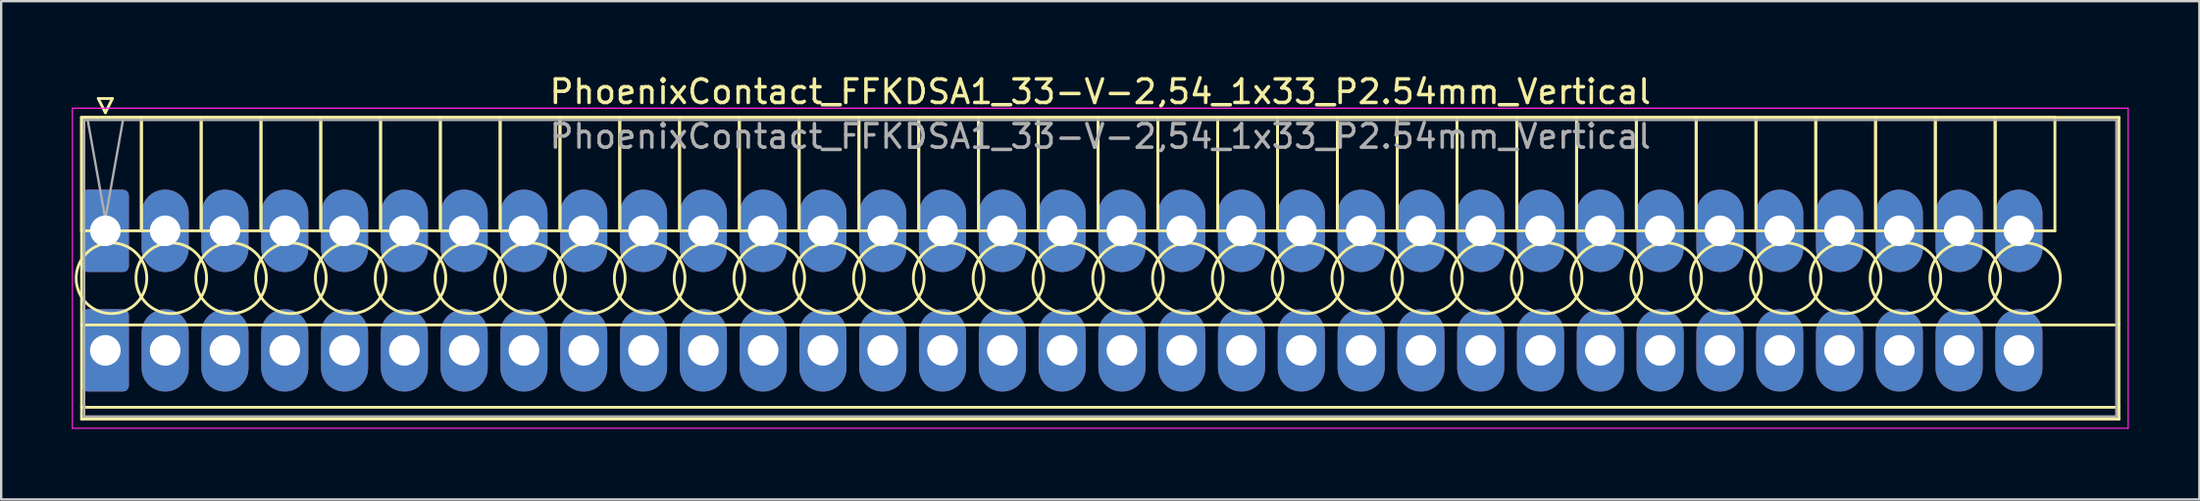
<source format=kicad_pcb>
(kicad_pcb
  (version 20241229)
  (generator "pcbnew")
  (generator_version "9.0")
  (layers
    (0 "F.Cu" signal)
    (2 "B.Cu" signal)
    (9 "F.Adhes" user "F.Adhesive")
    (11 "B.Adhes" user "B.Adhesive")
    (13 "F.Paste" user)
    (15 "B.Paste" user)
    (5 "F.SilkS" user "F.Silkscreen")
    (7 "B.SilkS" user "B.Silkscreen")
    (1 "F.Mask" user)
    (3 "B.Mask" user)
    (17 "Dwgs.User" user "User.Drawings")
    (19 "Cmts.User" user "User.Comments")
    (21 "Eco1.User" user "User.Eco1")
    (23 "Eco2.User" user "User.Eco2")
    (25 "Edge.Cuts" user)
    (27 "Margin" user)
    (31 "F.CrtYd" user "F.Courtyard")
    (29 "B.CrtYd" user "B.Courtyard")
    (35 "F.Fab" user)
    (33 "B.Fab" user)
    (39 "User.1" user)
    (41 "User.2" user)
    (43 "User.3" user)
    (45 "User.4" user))
  (footprint "PhoenixContact_FFKDSA1_33-V-2,54_1x33_P2.54mm_Vertical"
    (layer "F.Cu")
    (at 1.425 6.758)
    (property "Reference" "PhoenixContact_FFKDSA1_33-V-2,54_1x33_P2.54mm_Vertical" (at 42.26 -5.91 0) (layer "F.SilkS") (effects (font (size 1 1) (thickness 0.15))))
    (attr through_hole)
    (fp_line (start -1.01 -4.82) (end -1.01 0) (stroke (width 0.12) (type solid)) (layer "F.SilkS"))
    (fp_line (start -1.01 -4.82) (end -1.01 8) (stroke (width 0.12) (type solid)) (layer "F.SilkS"))
    (fp_line (start -1.01 0) (end 1.53 0) (stroke (width 0.12) (type solid)) (layer "F.SilkS"))
    (fp_line (start -1.01 4) (end 85.53 4) (stroke (width 0.12) (type solid)) (layer "F.SilkS"))
    (fp_line (start -1.01 7.5) (end 85.53 7.5) (stroke (width 0.12) (type solid)) (layer "F.SilkS"))
    (fp_line (start -1.01 8) (end 85.53 8) (stroke (width 0.12) (type solid)) (layer "F.SilkS"))
    (fp_line (start -0.3 -5.62) (end 0.3 -5.62) (stroke (width 0.12) (type solid)) (layer "F.SilkS"))
    (fp_line (start 0 -5.02) (end -0.3 -5.62) (stroke (width 0.12) (type solid)) (layer "F.SilkS"))
    (fp_line (start 0.3 -5.62) (end 0 -5.02) (stroke (width 0.12) (type solid)) (layer "F.SilkS"))
    (fp_line (start 1.53 -4.82) (end -1.01 -4.82) (stroke (width 0.12) (type solid)) (layer "F.SilkS"))
    (fp_line (start 1.53 -4.82) (end 1.53 0) (stroke (width 0.12) (type solid)) (layer "F.SilkS"))
    (fp_line (start 1.53 0) (end 1.53 -4.82) (stroke (width 0.12) (type solid)) (layer "F.SilkS"))
    (fp_line (start 1.53 0) (end 4.07 0) (stroke (width 0.12) (type solid)) (layer "F.SilkS"))
    (fp_line (start 4.07 -4.82) (end 1.53 -4.82) (stroke (width 0.12) (type solid)) (layer "F.SilkS"))
    (fp_line (start 4.07 -4.82) (end 4.07 0) (stroke (width 0.12) (type solid)) (layer "F.SilkS"))
    (fp_line (start 4.07 0) (end 4.07 -4.82) (stroke (width 0.12) (type solid)) (layer "F.SilkS"))
    (fp_line (start 4.07 0) (end 6.61 0) (stroke (width 0.12) (type solid)) (layer "F.SilkS"))
    (fp_line (start 6.61 -4.82) (end 4.07 -4.82) (stroke (width 0.12) (type solid)) (layer "F.SilkS"))
    (fp_line (start 6.61 -4.82) (end 6.61 0) (stroke (width 0.12) (type solid)) (layer "F.SilkS"))
    (fp_line (start 6.61 0) (end 6.61 -4.82) (stroke (width 0.12) (type solid)) (layer "F.SilkS"))
    (fp_line (start 6.61 0) (end 9.15 0) (stroke (width 0.12) (type solid)) (layer "F.SilkS"))
    (fp_line (start 9.15 -4.82) (end 6.61 -4.82) (stroke (width 0.12) (type solid)) (layer "F.SilkS"))
    (fp_line (start 9.15 -4.82) (end 9.15 0) (stroke (width 0.12) (type solid)) (layer "F.SilkS"))
    (fp_line (start 9.15 0) (end 9.15 -4.82) (stroke (width 0.12) (type solid)) (layer "F.SilkS"))
    (fp_line (start 9.15 0) (end 11.69 0) (stroke (width 0.12) (type solid)) (layer "F.SilkS"))
    (fp_line (start 11.69 -4.82) (end 9.15 -4.82) (stroke (width 0.12) (type solid)) (layer "F.SilkS"))
    (fp_line (start 11.69 -4.82) (end 11.69 0) (stroke (width 0.12) (type solid)) (layer "F.SilkS"))
    (fp_line (start 11.69 0) (end 11.69 -4.82) (stroke (width 0.12) (type solid)) (layer "F.SilkS"))
    (fp_line (start 11.69 0) (end 14.23 0) (stroke (width 0.12) (type solid)) (layer "F.SilkS"))
    (fp_line (start 14.23 -4.82) (end 11.69 -4.82) (stroke (width 0.12) (type solid)) (layer "F.SilkS"))
    (fp_line (start 14.23 -4.82) (end 14.23 0) (stroke (width 0.12) (type solid)) (layer "F.SilkS"))
    (fp_line (start 14.23 0) (end 14.23 -4.82) (stroke (width 0.12) (type solid)) (layer "F.SilkS"))
    (fp_line (start 14.23 0) (end 16.77 0) (stroke (width 0.12) (type solid)) (layer "F.SilkS"))
    (fp_line (start 16.77 -4.82) (end 14.23 -4.82) (stroke (width 0.12) (type solid)) (layer "F.SilkS"))
    (fp_line (start 16.77 -4.82) (end 16.77 0) (stroke (width 0.12) (type solid)) (layer "F.SilkS"))
    (fp_line (start 16.77 0) (end 16.77 -4.82) (stroke (width 0.12) (type solid)) (layer "F.SilkS"))
    (fp_line (start 16.77 0) (end 19.31 0) (stroke (width 0.12) (type solid)) (layer "F.SilkS"))
    (fp_line (start 19.31 -4.82) (end 16.77 -4.82) (stroke (width 0.12) (type solid)) (layer "F.SilkS"))
    (fp_line (start 19.31 -4.82) (end 19.31 0) (stroke (width 0.12) (type solid)) (layer "F.SilkS"))
    (fp_line (start 19.31 0) (end 19.31 -4.82) (stroke (width 0.12) (type solid)) (layer "F.SilkS"))
    (fp_line (start 19.31 0) (end 21.85 0) (stroke (width 0.12) (type solid)) (layer "F.SilkS"))
    (fp_line (start 21.85 -4.82) (end 19.31 -4.82) (stroke (width 0.12) (type solid)) (layer "F.SilkS"))
    (fp_line (start 21.85 -4.82) (end 21.85 0) (stroke (width 0.12) (type solid)) (layer "F.SilkS"))
    (fp_line (start 21.85 0) (end 21.85 -4.82) (stroke (width 0.12) (type solid)) (layer "F.SilkS"))
    (fp_line (start 21.85 0) (end 24.39 0) (stroke (width 0.12) (type solid)) (layer "F.SilkS"))
    (fp_line (start 24.39 -4.82) (end 21.85 -4.82) (stroke (width 0.12) (type solid)) (layer "F.SilkS"))
    (fp_line (start 24.39 -4.82) (end 24.39 0) (stroke (width 0.12) (type solid)) (layer "F.SilkS"))
    (fp_line (start 24.39 0) (end 24.39 -4.82) (stroke (width 0.12) (type solid)) (layer "F.SilkS"))
    (fp_line (start 24.39 0) (end 26.93 0) (stroke (width 0.12) (type solid)) (layer "F.SilkS"))
    (fp_line (start 26.93 -4.82) (end 24.39 -4.82) (stroke (width 0.12) (type solid)) (layer "F.SilkS"))
    (fp_line (start 26.93 -4.82) (end 26.93 0) (stroke (width 0.12) (type solid)) (layer "F.SilkS"))
    (fp_line (start 26.93 0) (end 26.93 -4.82) (stroke (width 0.12) (type solid)) (layer "F.SilkS"))
    (fp_line (start 26.93 0) (end 29.47 0) (stroke (width 0.12) (type solid)) (layer "F.SilkS"))
    (fp_line (start 29.47 -4.82) (end 26.93 -4.82) (stroke (width 0.12) (type solid)) (layer "F.SilkS"))
    (fp_line (start 29.47 -4.82) (end 29.47 0) (stroke (width 0.12) (type solid)) (layer "F.SilkS"))
    (fp_line (start 29.47 0) (end 29.47 -4.82) (stroke (width 0.12) (type solid)) (layer "F.SilkS"))
    (fp_line (start 29.47 0) (end 32.01 0) (stroke (width 0.12) (type solid)) (layer "F.SilkS"))
    (fp_line (start 32.01 -4.82) (end 29.47 -4.82) (stroke (width 0.12) (type solid)) (layer "F.SilkS"))
    (fp_line (start 32.01 -4.82) (end 32.01 0) (stroke (width 0.12) (type solid)) (layer "F.SilkS"))
    (fp_line (start 32.01 0) (end 32.01 -4.82) (stroke (width 0.12) (type solid)) (layer "F.SilkS"))
    (fp_line (start 32.01 0) (end 34.55 0) (stroke (width 0.12) (type solid)) (layer "F.SilkS"))
    (fp_line (start 34.55 -4.82) (end 32.01 -4.82) (stroke (width 0.12) (type solid)) (layer "F.SilkS"))
    (fp_line (start 34.55 -4.82) (end 34.55 0) (stroke (width 0.12) (type solid)) (layer "F.SilkS"))
    (fp_line (start 34.55 0) (end 34.55 -4.82) (stroke (width 0.12) (type solid)) (layer "F.SilkS"))
    (fp_line (start 34.55 0) (end 37.09 0) (stroke (width 0.12) (type solid)) (layer "F.SilkS"))
    (fp_line (start 37.09 -4.82) (end 34.55 -4.82) (stroke (width 0.12) (type solid)) (layer "F.SilkS"))
    (fp_line (start 37.09 -4.82) (end 37.09 0) (stroke (width 0.12) (type solid)) (layer "F.SilkS"))
    (fp_line (start 37.09 0) (end 37.09 -4.82) (stroke (width 0.12) (type solid)) (layer "F.SilkS"))
    (fp_line (start 37.09 0) (end 39.63 0) (stroke (width 0.12) (type solid)) (layer "F.SilkS"))
    (fp_line (start 39.63 -4.82) (end 37.09 -4.82) (stroke (width 0.12) (type solid)) (layer "F.SilkS"))
    (fp_line (start 39.63 -4.82) (end 39.63 0) (stroke (width 0.12) (type solid)) (layer "F.SilkS"))
    (fp_line (start 39.63 0) (end 39.63 -4.82) (stroke (width 0.12) (type solid)) (layer "F.SilkS"))
    (fp_line (start 39.63 0) (end 42.17 0) (stroke (width 0.12) (type solid)) (layer "F.SilkS"))
    (fp_line (start 42.17 -4.82) (end 39.63 -4.82) (stroke (width 0.12) (type solid)) (layer "F.SilkS"))
    (fp_line (start 42.17 -4.82) (end 42.17 0) (stroke (width 0.12) (type solid)) (layer "F.SilkS"))
    (fp_line (start 42.17 0) (end 42.17 -4.82) (stroke (width 0.12) (type solid)) (layer "F.SilkS"))
    (fp_line (start 42.17 0) (end 44.71 0) (stroke (width 0.12) (type solid)) (layer "F.SilkS"))
    (fp_line (start 44.71 -4.82) (end 42.17 -4.82) (stroke (width 0.12) (type solid)) (layer "F.SilkS"))
    (fp_line (start 44.71 -4.82) (end 44.71 0) (stroke (width 0.12) (type solid)) (layer "F.SilkS"))
    (fp_line (start 44.71 0) (end 44.71 -4.82) (stroke (width 0.12) (type solid)) (layer "F.SilkS"))
    (fp_line (start 44.71 0) (end 47.25 0) (stroke (width 0.12) (type solid)) (layer "F.SilkS"))
    (fp_line (start 47.25 -4.82) (end 44.71 -4.82) (stroke (width 0.12) (type solid)) (layer "F.SilkS"))
    (fp_line (start 47.25 -4.82) (end 47.25 0) (stroke (width 0.12) (type solid)) (layer "F.SilkS"))
    (fp_line (start 47.25 0) (end 47.25 -4.82) (stroke (width 0.12) (type solid)) (layer "F.SilkS"))
    (fp_line (start 47.25 0) (end 49.79 0) (stroke (width 0.12) (type solid)) (layer "F.SilkS"))
    (fp_line (start 49.79 -4.82) (end 47.25 -4.82) (stroke (width 0.12) (type solid)) (layer "F.SilkS"))
    (fp_line (start 49.79 -4.82) (end 49.79 0) (stroke (width 0.12) (type solid)) (layer "F.SilkS"))
    (fp_line (start 49.79 0) (end 49.79 -4.82) (stroke (width 0.12) (type solid)) (layer "F.SilkS"))
    (fp_line (start 49.79 0) (end 52.33 0) (stroke (width 0.12) (type solid)) (layer "F.SilkS"))
    (fp_line (start 52.33 -4.82) (end 49.79 -4.82) (stroke (width 0.12) (type solid)) (layer "F.SilkS"))
    (fp_line (start 52.33 -4.82) (end 52.33 0) (stroke (width 0.12) (type solid)) (layer "F.SilkS"))
    (fp_line (start 52.33 0) (end 52.33 -4.82) (stroke (width 0.12) (type solid)) (layer "F.SilkS"))
    (fp_line (start 52.33 0) (end 54.87 0) (stroke (width 0.12) (type solid)) (layer "F.SilkS"))
    (fp_line (start 54.87 -4.82) (end 52.33 -4.82) (stroke (width 0.12) (type solid)) (layer "F.SilkS"))
    (fp_line (start 54.87 -4.82) (end 54.87 0) (stroke (width 0.12) (type solid)) (layer "F.SilkS"))
    (fp_line (start 54.87 0) (end 54.87 -4.82) (stroke (width 0.12) (type solid)) (layer "F.SilkS"))
    (fp_line (start 54.87 0) (end 57.41 0) (stroke (width 0.12) (type solid)) (layer "F.SilkS"))
    (fp_line (start 57.41 -4.82) (end 54.87 -4.82) (stroke (width 0.12) (type solid)) (layer "F.SilkS"))
    (fp_line (start 57.41 -4.82) (end 57.41 0) (stroke (width 0.12) (type solid)) (layer "F.SilkS"))
    (fp_line (start 57.41 0) (end 57.41 -4.82) (stroke (width 0.12) (type solid)) (layer "F.SilkS"))
    (fp_line (start 57.41 0) (end 59.95 0) (stroke (width 0.12) (type solid)) (layer "F.SilkS"))
    (fp_line (start 59.95 -4.82) (end 57.41 -4.82) (stroke (width 0.12) (type solid)) (layer "F.SilkS"))
    (fp_line (start 59.95 -4.82) (end 59.95 0) (stroke (width 0.12) (type solid)) (layer "F.SilkS"))
    (fp_line (start 59.95 0) (end 59.95 -4.82) (stroke (width 0.12) (type solid)) (layer "F.SilkS"))
    (fp_line (start 59.95 0) (end 62.49 0) (stroke (width 0.12) (type solid)) (layer "F.SilkS"))
    (fp_line (start 62.49 -4.82) (end 59.95 -4.82) (stroke (width 0.12) (type solid)) (layer "F.SilkS"))
    (fp_line (start 62.49 -4.82) (end 62.49 0) (stroke (width 0.12) (type solid)) (layer "F.SilkS"))
    (fp_line (start 62.49 0) (end 62.49 -4.82) (stroke (width 0.12) (type solid)) (layer "F.SilkS"))
    (fp_line (start 62.49 0) (end 65.03 0) (stroke (width 0.12) (type solid)) (layer "F.SilkS"))
    (fp_line (start 65.03 -4.82) (end 62.49 -4.82) (stroke (width 0.12) (type solid)) (layer "F.SilkS"))
    (fp_line (start 65.03 -4.82) (end 65.03 0) (stroke (width 0.12) (type solid)) (layer "F.SilkS"))
    (fp_line (start 65.03 0) (end 65.03 -4.82) (stroke (width 0.12) (type solid)) (layer "F.SilkS"))
    (fp_line (start 65.03 0) (end 67.57 0) (stroke (width 0.12) (type solid)) (layer "F.SilkS"))
    (fp_line (start 67.57 -4.82) (end 65.03 -4.82) (stroke (width 0.12) (type solid)) (layer "F.SilkS"))
    (fp_line (start 67.57 -4.82) (end 67.57 0) (stroke (width 0.12) (type solid)) (layer "F.SilkS"))
    (fp_line (start 67.57 0) (end 67.57 -4.82) (stroke (width 0.12) (type solid)) (layer "F.SilkS"))
    (fp_line (start 67.57 0) (end 70.11 0) (stroke (width 0.12) (type solid)) (layer "F.SilkS"))
    (fp_line (start 70.11 -4.82) (end 67.57 -4.82) (stroke (width 0.12) (type solid)) (layer "F.SilkS"))
    (fp_line (start 70.11 -4.82) (end 70.11 0) (stroke (width 0.12) (type solid)) (layer "F.SilkS"))
    (fp_line (start 70.11 0) (end 70.11 -4.82) (stroke (width 0.12) (type solid)) (layer "F.SilkS"))
    (fp_line (start 70.11 0) (end 72.65 0) (stroke (width 0.12) (type solid)) (layer "F.SilkS"))
    (fp_line (start 72.65 -4.82) (end 70.11 -4.82) (stroke (width 0.12) (type solid)) (layer "F.SilkS"))
    (fp_line (start 72.65 -4.82) (end 72.65 0) (stroke (width 0.12) (type solid)) (layer "F.SilkS"))
    (fp_line (start 72.65 0) (end 72.65 -4.82) (stroke (width 0.12) (type solid)) (layer "F.SilkS"))
    (fp_line (start 72.65 0) (end 75.19 0) (stroke (width 0.12) (type solid)) (layer "F.SilkS"))
    (fp_line (start 75.19 -4.82) (end 72.65 -4.82) (stroke (width 0.12) (type solid)) (layer "F.SilkS"))
    (fp_line (start 75.19 -4.82) (end 75.19 0) (stroke (width 0.12) (type solid)) (layer "F.SilkS"))
    (fp_line (start 75.19 0) (end 75.19 -4.82) (stroke (width 0.12) (type solid)) (layer "F.SilkS"))
    (fp_line (start 75.19 0) (end 77.73 0) (stroke (width 0.12) (type solid)) (layer "F.SilkS"))
    (fp_line (start 77.73 -4.82) (end 75.19 -4.82) (stroke (width 0.12) (type solid)) (layer "F.SilkS"))
    (fp_line (start 77.73 -4.82) (end 77.73 0) (stroke (width 0.12) (type solid)) (layer "F.SilkS"))
    (fp_line (start 77.73 0) (end 77.73 -4.82) (stroke (width 0.12) (type solid)) (layer "F.SilkS"))
    (fp_line (start 77.73 0) (end 80.27 0) (stroke (width 0.12) (type solid)) (layer "F.SilkS"))
    (fp_line (start 80.27 -4.82) (end 77.73 -4.82) (stroke (width 0.12) (type solid)) (layer "F.SilkS"))
    (fp_line (start 80.27 -4.82) (end 80.27 0) (stroke (width 0.12) (type solid)) (layer "F.SilkS"))
    (fp_line (start 80.27 0) (end 80.27 -4.82) (stroke (width 0.12) (type solid)) (layer "F.SilkS"))
    (fp_line (start 80.27 0) (end 82.81 0) (stroke (width 0.12) (type solid)) (layer "F.SilkS"))
    (fp_line (start 82.81 -4.82) (end 80.27 -4.82) (stroke (width 0.12) (type solid)) (layer "F.SilkS"))
    (fp_line (start 82.81 0) (end 82.81 -4.82) (stroke (width 0.12) (type solid)) (layer "F.SilkS"))
    (fp_line (start 85.53 -4.82) (end -1.01 -4.82) (stroke (width 0.12) (type solid)) (layer "F.SilkS"))
    (fp_line (start 85.53 8) (end 85.53 -4.82) (stroke (width 0.12) (type solid)) (layer "F.SilkS"))
    (fp_circle (center 0.26 2.015) (end 1.76 2.015) (stroke (width 0.12) (type solid)) (fill no) (layer "F.SilkS"))
    (fp_circle (center 2.8 2.015) (end 4.3 2.015) (stroke (width 0.12) (type solid)) (fill no) (layer "F.SilkS"))
    (fp_circle (center 5.34 2.015) (end 6.84 2.015) (stroke (width 0.12) (type solid)) (fill no) (layer "F.SilkS"))
    (fp_circle (center 7.88 2.015) (end 9.38 2.015) (stroke (width 0.12) (type solid)) (fill no) (layer "F.SilkS"))
    (fp_circle (center 10.42 2.015) (end 11.92 2.015) (stroke (width 0.12) (type solid)) (fill no) (layer "F.SilkS"))
    (fp_circle (center 12.96 2.015) (end 14.46 2.015) (stroke (width 0.12) (type solid)) (fill no) (layer "F.SilkS"))
    (fp_circle (center 15.5 2.015) (end 17 2.015) (stroke (width 0.12) (type solid)) (fill no) (layer "F.SilkS"))
    (fp_circle (center 18.04 2.015) (end 19.54 2.015) (stroke (width 0.12) (type solid)) (fill no) (layer "F.SilkS"))
    (fp_circle (center 20.58 2.015) (end 22.08 2.015) (stroke (width 0.12) (type solid)) (fill no) (layer "F.SilkS"))
    (fp_circle (center 23.12 2.015) (end 24.62 2.015) (stroke (width 0.12) (type solid)) (fill no) (layer "F.SilkS"))
    (fp_circle (center 25.66 2.015) (end 27.16 2.015) (stroke (width 0.12) (type solid)) (fill no) (layer "F.SilkS"))
    (fp_circle (center 28.2 2.015) (end 29.7 2.015) (stroke (width 0.12) (type solid)) (fill no) (layer "F.SilkS"))
    (fp_circle (center 30.74 2.015) (end 32.24 2.015) (stroke (width 0.12) (type solid)) (fill no) (layer "F.SilkS"))
    (fp_circle (center 33.28 2.015) (end 34.78 2.015) (stroke (width 0.12) (type solid)) (fill no) (layer "F.SilkS"))
    (fp_circle (center 35.82 2.015) (end 37.32 2.015) (stroke (width 0.12) (type solid)) (fill no) (layer "F.SilkS"))
    (fp_circle (center 38.36 2.015) (end 39.86 2.015) (stroke (width 0.12) (type solid)) (fill no) (layer "F.SilkS"))
    (fp_circle (center 40.9 2.015) (end 42.4 2.015) (stroke (width 0.12) (type solid)) (fill no) (layer "F.SilkS"))
    (fp_circle (center 43.44 2.015) (end 44.94 2.015) (stroke (width 0.12) (type solid)) (fill no) (layer "F.SilkS"))
    (fp_circle (center 45.98 2.015) (end 47.48 2.015) (stroke (width 0.12) (type solid)) (fill no) (layer "F.SilkS"))
    (fp_circle (center 48.52 2.015) (end 50.02 2.015) (stroke (width 0.12) (type solid)) (fill no) (layer "F.SilkS"))
    (fp_circle (center 51.06 2.015) (end 52.56 2.015) (stroke (width 0.12) (type solid)) (fill no) (layer "F.SilkS"))
    (fp_circle (center 53.6 2.015) (end 55.1 2.015) (stroke (width 0.12) (type solid)) (fill no) (layer "F.SilkS"))
    (fp_circle (center 56.14 2.015) (end 57.64 2.015) (stroke (width 0.12) (type solid)) (fill no) (layer "F.SilkS"))
    (fp_circle (center 58.68 2.015) (end 60.18 2.015) (stroke (width 0.12) (type solid)) (fill no) (layer "F.SilkS"))
    (fp_circle (center 61.22 2.015) (end 62.72 2.015) (stroke (width 0.12) (type solid)) (fill no) (layer "F.SilkS"))
    (fp_circle (center 63.76 2.015) (end 65.26 2.015) (stroke (width 0.12) (type solid)) (fill no) (layer "F.SilkS"))
    (fp_circle (center 66.3 2.015) (end 67.8 2.015) (stroke (width 0.12) (type solid)) (fill no) (layer "F.SilkS"))
    (fp_circle (center 68.84 2.015) (end 70.34 2.015) (stroke (width 0.12) (type solid)) (fill no) (layer "F.SilkS"))
    (fp_circle (center 71.38 2.015) (end 72.88 2.015) (stroke (width 0.12) (type solid)) (fill no) (layer "F.SilkS"))
    (fp_circle (center 73.92 2.015) (end 75.42 2.015) (stroke (width 0.12) (type solid)) (fill no) (layer "F.SilkS"))
    (fp_circle (center 76.46 2.015) (end 77.96 2.015) (stroke (width 0.12) (type solid)) (fill no) (layer "F.SilkS"))
    (fp_circle (center 79 2.015) (end 80.5 2.015) (stroke (width 0.12) (type solid)) (fill no) (layer "F.SilkS"))
    (fp_circle (center 81.54 2.015) (end 83.04 2.015) (stroke (width 0.12) (type solid)) (fill no) (layer "F.SilkS"))
    (fp_line (start -1.4 -5.21) (end -1.4 8.39) (stroke (width 0.05) (type solid)) (layer "F.CrtYd"))
    (fp_line (start -1.4 8.39) (end 85.92 8.39) (stroke (width 0.05) (type solid)) (layer "F.CrtYd"))
    (fp_line (start 85.92 -5.21) (end -1.4 -5.21) (stroke (width 0.05) (type solid)) (layer "F.CrtYd"))
    (fp_line (start 85.92 8.39) (end 85.92 -5.21) (stroke (width 0.05) (type solid)) (layer "F.CrtYd"))
    (fp_line (start -0.9 -4.71) (end -0.9 7.89) (stroke (width 0.1) (type solid)) (layer "F.Fab"))
    (fp_line (start -0.9 7.89) (end 85.42 7.89) (stroke (width 0.1) (type solid)) (layer "F.Fab"))
    (fp_line (start 0 -0.5) (end -0.75 -4.71) (stroke (width 0.1) (type solid)) (layer "F.Fab"))
    (fp_line (start 0.75 -4.71) (end 0 -0.5) (stroke (width 0.1) (type solid)) (layer "F.Fab"))
    (fp_line (start 85.42 -4.71) (end -0.9 -4.71) (stroke (width 0.1) (type solid)) (layer "F.Fab"))
    (fp_line (start 85.42 7.89) (end 85.42 -4.71) (stroke (width 0.1) (type solid)) (layer "F.Fab"))
    (fp_text user "${REFERENCE}" (at 42.26 -4.01 0) (layer "F.Fab") (effects (font (size 1 1) (thickness 0.15))))
    (pad "1" thru_hole roundrect (at 0 0) (size 2 3.5) (drill 1.3) (layers "*.Cu" "*.Mask") (roundrect_rratio 0.125))
    (pad "1" thru_hole roundrect (at 0 5.08) (size 2 3.5) (drill 1.3) (layers "*.Cu" "*.Mask") (roundrect_rratio 0.125))
    (pad "2" thru_hole oval (at 2.54 0) (size 2 3.5) (drill 1.3) (layers "*.Cu" "*.Mask"))
    (pad "2" thru_hole oval (at 2.54 5.08) (size 2 3.5) (drill 1.3) (layers "*.Cu" "*.Mask"))
    (pad "3" thru_hole oval (at 5.08 0) (size 2 3.5) (drill 1.3) (layers "*.Cu" "*.Mask"))
    (pad "3" thru_hole oval (at 5.08 5.08) (size 2 3.5) (drill 1.3) (layers "*.Cu" "*.Mask"))
    (pad "4" thru_hole oval (at 7.62 0) (size 2 3.5) (drill 1.3) (layers "*.Cu" "*.Mask"))
    (pad "4" thru_hole oval (at 7.62 5.08) (size 2 3.5) (drill 1.3) (layers "*.Cu" "*.Mask"))
    (pad "5" thru_hole oval (at 10.16 0) (size 2 3.5) (drill 1.3) (layers "*.Cu" "*.Mask"))
    (pad "5" thru_hole oval (at 10.16 5.08) (size 2 3.5) (drill 1.3) (layers "*.Cu" "*.Mask"))
    (pad "6" thru_hole oval (at 12.7 0) (size 2 3.5) (drill 1.3) (layers "*.Cu" "*.Mask"))
    (pad "6" thru_hole oval (at 12.7 5.08) (size 2 3.5) (drill 1.3) (layers "*.Cu" "*.Mask"))
    (pad "7" thru_hole oval (at 15.24 0) (size 2 3.5) (drill 1.3) (layers "*.Cu" "*.Mask"))
    (pad "7" thru_hole oval (at 15.24 5.08) (size 2 3.5) (drill 1.3) (layers "*.Cu" "*.Mask"))
    (pad "8" thru_hole oval (at 17.78 0) (size 2 3.5) (drill 1.3) (layers "*.Cu" "*.Mask"))
    (pad "8" thru_hole oval (at 17.78 5.08) (size 2 3.5) (drill 1.3) (layers "*.Cu" "*.Mask"))
    (pad "9" thru_hole oval (at 20.32 0) (size 2 3.5) (drill 1.3) (layers "*.Cu" "*.Mask"))
    (pad "9" thru_hole oval (at 20.32 5.08) (size 2 3.5) (drill 1.3) (layers "*.Cu" "*.Mask"))
    (pad "10" thru_hole oval (at 22.86 0) (size 2 3.5) (drill 1.3) (layers "*.Cu" "*.Mask"))
    (pad "10" thru_hole oval (at 22.86 5.08) (size 2 3.5) (drill 1.3) (layers "*.Cu" "*.Mask"))
    (pad "11" thru_hole oval (at 25.4 0) (size 2 3.5) (drill 1.3) (layers "*.Cu" "*.Mask"))
    (pad "11" thru_hole oval (at 25.4 5.08) (size 2 3.5) (drill 1.3) (layers "*.Cu" "*.Mask"))
    (pad "12" thru_hole oval (at 27.94 0) (size 2 3.5) (drill 1.3) (layers "*.Cu" "*.Mask"))
    (pad "12" thru_hole oval (at 27.94 5.08) (size 2 3.5) (drill 1.3) (layers "*.Cu" "*.Mask"))
    (pad "13" thru_hole oval (at 30.48 0) (size 2 3.5) (drill 1.3) (layers "*.Cu" "*.Mask"))
    (pad "13" thru_hole oval (at 30.48 5.08) (size 2 3.5) (drill 1.3) (layers "*.Cu" "*.Mask"))
    (pad "14" thru_hole oval (at 33.02 0) (size 2 3.5) (drill 1.3) (layers "*.Cu" "*.Mask"))
    (pad "14" thru_hole oval (at 33.02 5.08) (size 2 3.5) (drill 1.3) (layers "*.Cu" "*.Mask"))
    (pad "15" thru_hole oval (at 35.56 0) (size 2 3.5) (drill 1.3) (layers "*.Cu" "*.Mask"))
    (pad "15" thru_hole oval (at 35.56 5.08) (size 2 3.5) (drill 1.3) (layers "*.Cu" "*.Mask"))
    (pad "16" thru_hole oval (at 38.1 0) (size 2 3.5) (drill 1.3) (layers "*.Cu" "*.Mask"))
    (pad "16" thru_hole oval (at 38.1 5.08) (size 2 3.5) (drill 1.3) (layers "*.Cu" "*.Mask"))
    (pad "17" thru_hole oval (at 40.64 0) (size 2 3.5) (drill 1.3) (layers "*.Cu" "*.Mask"))
    (pad "17" thru_hole oval (at 40.64 5.08) (size 2 3.5) (drill 1.3) (layers "*.Cu" "*.Mask"))
    (pad "18" thru_hole oval (at 43.18 0) (size 2 3.5) (drill 1.3) (layers "*.Cu" "*.Mask"))
    (pad "18" thru_hole oval (at 43.18 5.08) (size 2 3.5) (drill 1.3) (layers "*.Cu" "*.Mask"))
    (pad "19" thru_hole oval (at 45.72 0) (size 2 3.5) (drill 1.3) (layers "*.Cu" "*.Mask"))
    (pad "19" thru_hole oval (at 45.72 5.08) (size 2 3.5) (drill 1.3) (layers "*.Cu" "*.Mask"))
    (pad "20" thru_hole oval (at 48.26 0) (size 2 3.5) (drill 1.3) (layers "*.Cu" "*.Mask"))
    (pad "20" thru_hole oval (at 48.26 5.08) (size 2 3.5) (drill 1.3) (layers "*.Cu" "*.Mask"))
    (pad "21" thru_hole oval (at 50.8 0) (size 2 3.5) (drill 1.3) (layers "*.Cu" "*.Mask"))
    (pad "21" thru_hole oval (at 50.8 5.08) (size 2 3.5) (drill 1.3) (layers "*.Cu" "*.Mask"))
    (pad "22" thru_hole oval (at 53.34 0) (size 2 3.5) (drill 1.3) (layers "*.Cu" "*.Mask"))
    (pad "22" thru_hole oval (at 53.34 5.08) (size 2 3.5) (drill 1.3) (layers "*.Cu" "*.Mask"))
    (pad "23" thru_hole oval (at 55.88 0) (size 2 3.5) (drill 1.3) (layers "*.Cu" "*.Mask"))
    (pad "23" thru_hole oval (at 55.88 5.08) (size 2 3.5) (drill 1.3) (layers "*.Cu" "*.Mask"))
    (pad "24" thru_hole oval (at 58.42 0) (size 2 3.5) (drill 1.3) (layers "*.Cu" "*.Mask"))
    (pad "24" thru_hole oval (at 58.42 5.08) (size 2 3.5) (drill 1.3) (layers "*.Cu" "*.Mask"))
    (pad "25" thru_hole oval (at 60.96 0) (size 2 3.5) (drill 1.3) (layers "*.Cu" "*.Mask"))
    (pad "25" thru_hole oval (at 60.96 5.08) (size 2 3.5) (drill 1.3) (layers "*.Cu" "*.Mask"))
    (pad "26" thru_hole oval (at 63.5 0) (size 2 3.5) (drill 1.3) (layers "*.Cu" "*.Mask"))
    (pad "26" thru_hole oval (at 63.5 5.08) (size 2 3.5) (drill 1.3) (layers "*.Cu" "*.Mask"))
    (pad "27" thru_hole oval (at 66.04 0) (size 2 3.5) (drill 1.3) (layers "*.Cu" "*.Mask"))
    (pad "27" thru_hole oval (at 66.04 5.08) (size 2 3.5) (drill 1.3) (layers "*.Cu" "*.Mask"))
    (pad "28" thru_hole oval (at 68.58 0) (size 2 3.5) (drill 1.3) (layers "*.Cu" "*.Mask"))
    (pad "28" thru_hole oval (at 68.58 5.08) (size 2 3.5) (drill 1.3) (layers "*.Cu" "*.Mask"))
    (pad "29" thru_hole oval (at 71.12 0) (size 2 3.5) (drill 1.3) (layers "*.Cu" "*.Mask"))
    (pad "29" thru_hole oval (at 71.12 5.08) (size 2 3.5) (drill 1.3) (layers "*.Cu" "*.Mask"))
    (pad "30" thru_hole oval (at 73.66 0) (size 2 3.5) (drill 1.3) (layers "*.Cu" "*.Mask"))
    (pad "30" thru_hole oval (at 73.66 5.08) (size 2 3.5) (drill 1.3) (layers "*.Cu" "*.Mask"))
    (pad "31" thru_hole oval (at 76.2 0) (size 2 3.5) (drill 1.3) (layers "*.Cu" "*.Mask"))
    (pad "31" thru_hole oval (at 76.2 5.08) (size 2 3.5) (drill 1.3) (layers "*.Cu" "*.Mask"))
    (pad "32" thru_hole oval (at 78.74 0) (size 2 3.5) (drill 1.3) (layers "*.Cu" "*.Mask"))
    (pad "32" thru_hole oval (at 78.74 5.08) (size 2 3.5) (drill 1.3) (layers "*.Cu" "*.Mask"))
    (pad "33" thru_hole oval (at 81.28 0) (size 2 3.5) (drill 1.3) (layers "*.Cu" "*.Mask"))
    (pad "33" thru_hole oval (at 81.28 5.08) (size 2 3.5) (drill 1.3) (layers "*.Cu" "*.Mask")))
  (gr_rect
    (start -3 -3)
    (end 90.37 18.173)
    (stroke (width 0.1) (type default))
    (fill no)
    (layer "Edge.Cuts")))
</source>
